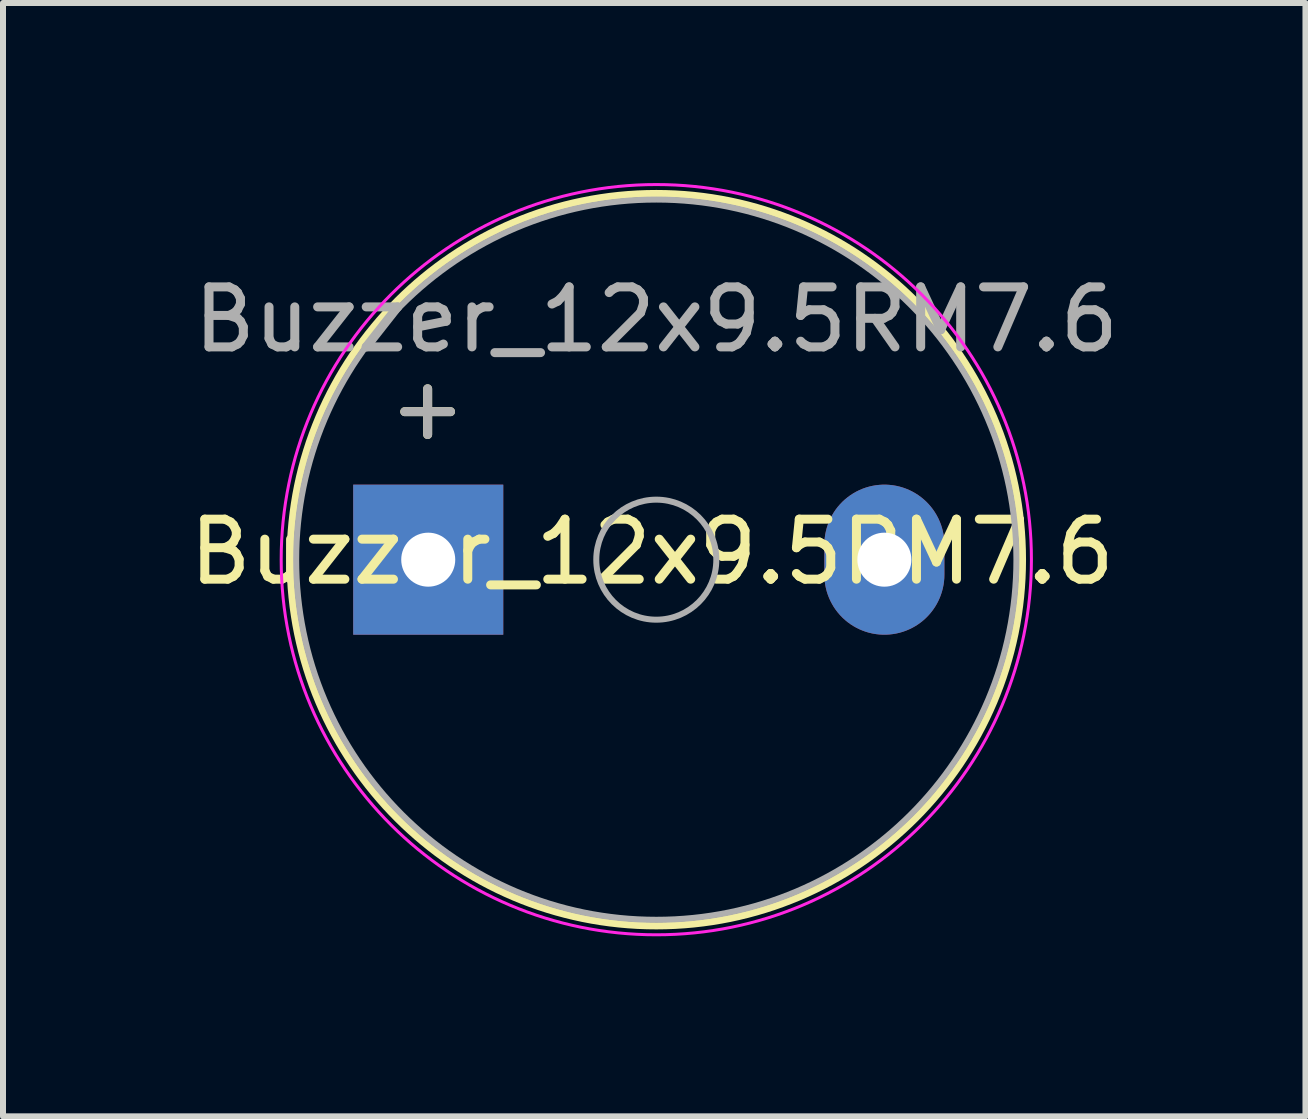
<source format=kicad_pcb>
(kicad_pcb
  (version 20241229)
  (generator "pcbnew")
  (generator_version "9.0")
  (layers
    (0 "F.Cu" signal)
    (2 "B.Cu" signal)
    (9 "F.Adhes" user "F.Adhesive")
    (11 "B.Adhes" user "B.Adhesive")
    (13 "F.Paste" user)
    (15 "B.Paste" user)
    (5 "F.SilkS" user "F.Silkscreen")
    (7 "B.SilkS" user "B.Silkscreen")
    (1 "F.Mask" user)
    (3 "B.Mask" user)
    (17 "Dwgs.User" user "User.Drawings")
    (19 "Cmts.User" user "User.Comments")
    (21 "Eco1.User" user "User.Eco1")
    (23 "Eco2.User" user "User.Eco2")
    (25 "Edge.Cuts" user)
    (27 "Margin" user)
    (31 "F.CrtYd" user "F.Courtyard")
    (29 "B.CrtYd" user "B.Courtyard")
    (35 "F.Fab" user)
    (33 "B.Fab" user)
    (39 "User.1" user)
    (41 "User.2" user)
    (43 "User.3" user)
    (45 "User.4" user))
  (footprint "Buzzer_12x9.5RM7.6"
    (layer "F.Cu")
    (at 4.085 6.275)
    (property "Reference" "Buzzer_12x9.5RM7.6" (at 3.73 -0.13 0) (layer "F.SilkS") (effects (font (size 1 1) (thickness 0.15))))
    (attr through_hole)
    (fp_circle (center 3.8 0) (end 9.9 0) (stroke (width 0.12) (type solid)) (fill no) (layer "F.SilkS"))
    (fp_circle (center 3.8 0) (end 10.05 0) (stroke (width 0.05) (type solid)) (fill no) (layer "F.CrtYd"))
    (fp_circle (center 3.8 0) (end 4.8 0) (stroke (width 0.1) (type solid)) (fill no) (layer "F.Fab"))
    (fp_circle (center 3.8 0) (end 9.8 0) (stroke (width 0.1) (type solid)) (fill no) (layer "F.Fab"))
    (fp_text user "+" (at -0.01 -2.54 0) (layer "F.SilkS") (effects (font (size 1 1) (thickness 0.15))))
    (fp_text user "${REFERENCE}" (at 3.8 -4 0) (layer "F.Fab") (effects (font (size 1 1) (thickness 0.15))))
    (fp_text user "+" (at -0.01 -2.54 0) (layer "F.Fab") (effects (font (size 1 1) (thickness 0.15))))
    (pad "1" thru_hole rect (at 0 0) (size 2.5 2.5) (drill 0.9) (layers "*.Cu" "*.Mask"))
    (pad "2" thru_hole oval (at 7.6 0) (size 2 2.5) (drill 0.9) (layers "*.Cu" "*.Mask")))
  (gr_rect
    (start -3 -3)
    (end 18.701 15.55)
    (stroke (width 0.1) (type default))
    (fill no)
    (layer "Edge.Cuts")))
</source>
